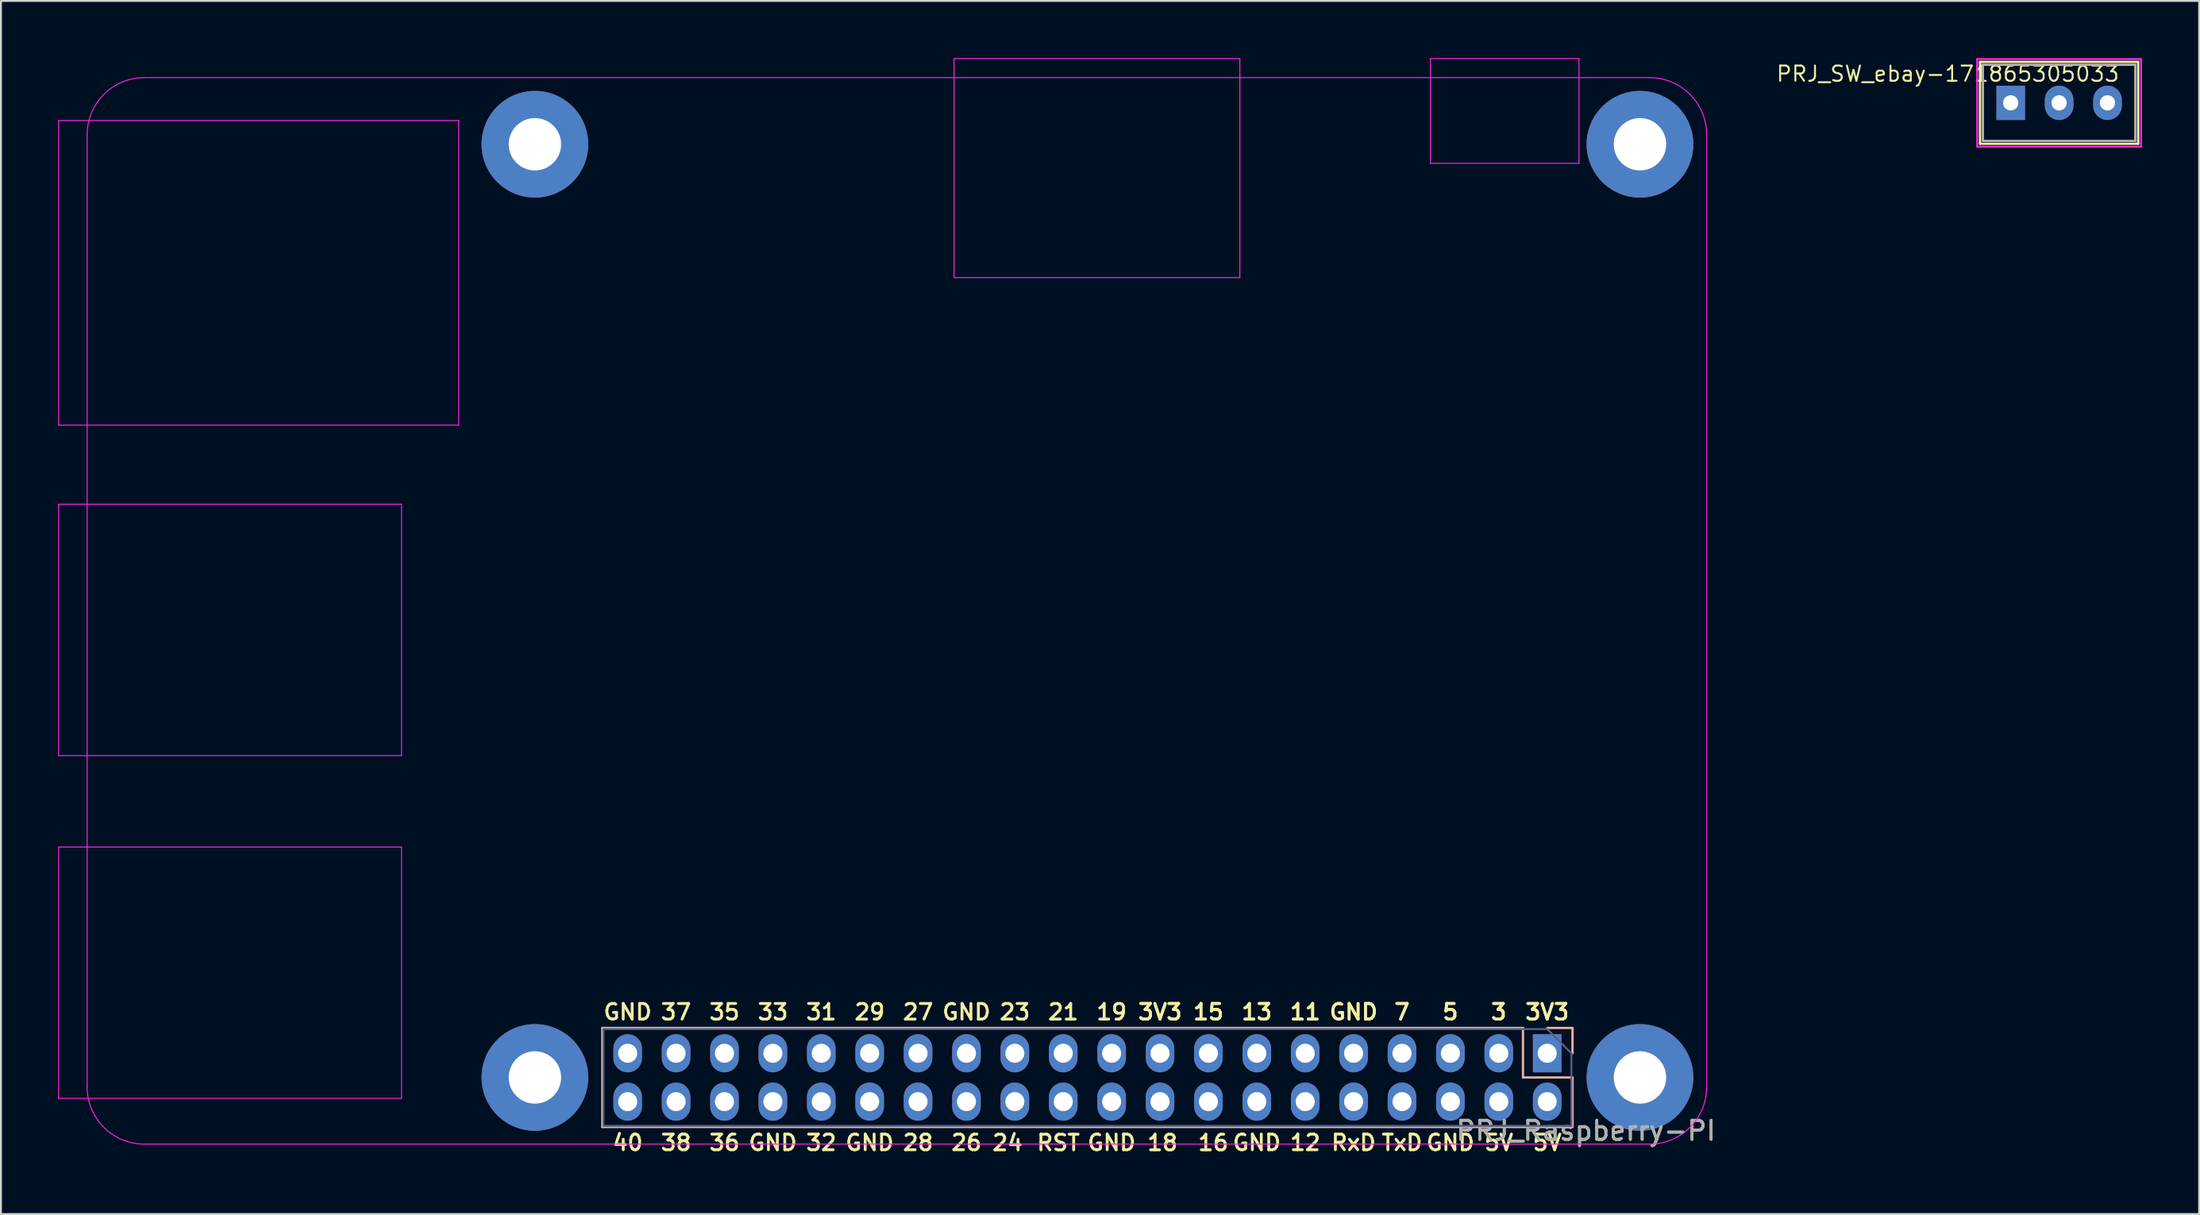
<source format=kicad_pcb>
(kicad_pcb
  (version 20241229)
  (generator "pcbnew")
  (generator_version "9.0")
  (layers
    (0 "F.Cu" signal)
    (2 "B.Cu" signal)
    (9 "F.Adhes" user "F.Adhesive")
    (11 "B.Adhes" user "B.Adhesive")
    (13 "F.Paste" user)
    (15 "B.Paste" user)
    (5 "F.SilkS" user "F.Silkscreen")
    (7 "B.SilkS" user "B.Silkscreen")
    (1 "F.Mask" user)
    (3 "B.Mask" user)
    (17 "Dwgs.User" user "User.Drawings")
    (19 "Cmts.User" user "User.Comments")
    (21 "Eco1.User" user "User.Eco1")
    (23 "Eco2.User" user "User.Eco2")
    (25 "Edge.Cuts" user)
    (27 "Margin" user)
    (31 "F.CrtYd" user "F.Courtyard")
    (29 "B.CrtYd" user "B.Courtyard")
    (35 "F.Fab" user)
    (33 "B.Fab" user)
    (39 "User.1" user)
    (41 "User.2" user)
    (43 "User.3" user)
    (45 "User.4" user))
  (footprint "PRJ_Raspberry-PI"
    (layer "F.Cu")
    (at 78.155 52.255)
    (property "Reference" "PRJ_Raspberry-PI" (at 2.032 4.064 0) (layer "F.SilkS") (effects (font (size 1 1) (thickness 0.15))))
    (attr through_hole)
    (fp_line (start -49.59 -1.33) (end -49.59 3.87) (stroke (width 0.12) (type solid)) (layer "B.SilkS"))
    (fp_line (start -1.27 -1.33) (end -49.59 -1.33) (stroke (width 0.12) (type solid)) (layer "B.SilkS"))
    (fp_line (start -1.27 -1.33) (end -1.27 1.27) (stroke (width 0.12) (type solid)) (layer "B.SilkS"))
    (fp_line (start -1.27 1.27) (end 1.33 1.27) (stroke (width 0.12) (type solid)) (layer "B.SilkS"))
    (fp_line (start 0 -1.33) (end 1.33 -1.33) (stroke (width 0.12) (type solid)) (layer "B.SilkS"))
    (fp_line (start 1.33 -1.33) (end 1.33 0) (stroke (width 0.12) (type solid)) (layer "B.SilkS"))
    (fp_line (start 1.33 1.27) (end 1.33 3.87) (stroke (width 0.12) (type solid)) (layer "B.SilkS"))
    (fp_line (start 1.33 3.87) (end -49.59 3.87) (stroke (width 0.12) (type solid)) (layer "B.SilkS"))
    (fp_line (start -78.13 -48.98) (end -78.13 -32.98) (stroke (width 0.05) (type solid)) (layer "F.CrtYd"))
    (fp_line (start -78.13 -32.98) (end -57.13 -32.98) (stroke (width 0.05) (type solid)) (layer "F.CrtYd"))
    (fp_line (start -78.13 -28.83) (end -78.13 -15.63) (stroke (width 0.05) (type solid)) (layer "F.CrtYd"))
    (fp_line (start -78.13 -10.83) (end -78.13 2.37) (stroke (width 0.05) (type solid)) (layer "F.CrtYd"))
    (fp_line (start -76.63 -48.23) (end -76.63 1.77) (stroke (width 0.05) (type solid)) (layer "F.CrtYd"))
    (fp_line (start -73.63 4.77) (end 5.37 4.77) (stroke (width 0.05) (type solid)) (layer "F.CrtYd"))
    (fp_line (start -60.13 -28.83) (end -78.13 -28.83) (stroke (width 0.05) (type solid)) (layer "F.CrtYd"))
    (fp_line (start -60.13 -28.83) (end -60.13 -15.63) (stroke (width 0.05) (type solid)) (layer "F.CrtYd"))
    (fp_line (start -60.13 -15.63) (end -78.13 -15.63) (stroke (width 0.05) (type solid)) (layer "F.CrtYd"))
    (fp_line (start -60.13 -10.83) (end -78.13 -10.83) (stroke (width 0.05) (type solid)) (layer "F.CrtYd"))
    (fp_line (start -60.13 -10.83) (end -60.13 2.37) (stroke (width 0.05) (type solid)) (layer "F.CrtYd"))
    (fp_line (start -60.13 2.37) (end -78.13 2.37) (stroke (width 0.05) (type solid)) (layer "F.CrtYd"))
    (fp_line (start -57.13 -48.98) (end -78.13 -48.98) (stroke (width 0.05) (type solid)) (layer "F.CrtYd"))
    (fp_line (start -57.13 -48.98) (end -57.13 -32.98) (stroke (width 0.05) (type solid)) (layer "F.CrtYd"))
    (fp_line (start -31.13 -52.23) (end -31.13 -40.73) (stroke (width 0.05) (type solid)) (layer "F.CrtYd"))
    (fp_line (start -16.13 -52.23) (end -31.13 -52.23) (stroke (width 0.05) (type solid)) (layer "F.CrtYd"))
    (fp_line (start -16.13 -52.23) (end -16.13 -40.73) (stroke (width 0.05) (type solid)) (layer "F.CrtYd"))
    (fp_line (start -16.13 -40.73) (end -31.13 -40.73) (stroke (width 0.05) (type solid)) (layer "F.CrtYd"))
    (fp_line (start -6.13 -52.23) (end -6.13 -46.73) (stroke (width 0.05) (type solid)) (layer "F.CrtYd"))
    (fp_line (start 1.67 -52.23) (end -6.13 -52.23) (stroke (width 0.05) (type solid)) (layer "F.CrtYd"))
    (fp_line (start 1.67 -52.23) (end 1.67 -46.73) (stroke (width 0.05) (type solid)) (layer "F.CrtYd"))
    (fp_line (start 1.67 -46.73) (end -6.13 -46.73) (stroke (width 0.05) (type solid)) (layer "F.CrtYd"))
    (fp_line (start 5.37 -51.23) (end -73.63 -51.23) (stroke (width 0.05) (type solid)) (layer "F.CrtYd"))
    (fp_line (start 8.37 1.77) (end 8.37 -48.23) (stroke (width 0.05) (type solid)) (layer "F.CrtYd"))
    (fp_arc (start -76.63 -48.23) (mid -75.75132 -50.35132) (end -73.63 -51.23) (stroke (width 0.05) (type solid)) (layer "F.CrtYd"))
    (fp_arc (start -73.63 4.77) (mid -75.75132 3.89132) (end -76.63 1.77) (stroke (width 0.05) (type solid)) (layer "F.CrtYd"))
    (fp_arc (start 5.37 -51.23) (mid 7.49132 -50.35132) (end 8.37 -48.23) (stroke (width 0.05) (type solid)) (layer "F.CrtYd"))
    (fp_arc (start 8.37 1.77) (mid 7.49132 3.89132) (end 5.37 4.77) (stroke (width 0.05) (type solid)) (layer "F.CrtYd"))
    (fp_line (start -49.53 -1.27) (end 0 -1.27) (stroke (width 0.1) (type solid)) (layer "B.Fab"))
    (fp_line (start -49.53 3.81) (end -49.53 -1.27) (stroke (width 0.1) (type solid)) (layer "B.Fab"))
    (fp_line (start 0 -1.27) (end 1.27 0) (stroke (width 0.1) (type solid)) (layer "B.Fab"))
    (fp_line (start 1.27 0) (end 1.27 3.81) (stroke (width 0.1) (type solid)) (layer "B.Fab"))
    (fp_line (start 1.27 3.81) (end -49.53 3.81) (stroke (width 0.1) (type solid)) (layer "B.Fab"))
    (fp_text user "21" (at -25.4 -2.166 0) (layer "F.SilkS") (effects (font (size 0.82 0.82) (thickness 0.15))))
    (fp_text user "5" (at -5.08 -2.166 0) (layer "F.SilkS") (effects (font (size 0.82 0.82) (thickness 0.15))))
    (fp_text user "RxD" (at -10.16 4.692 0) (layer "F.SilkS") (effects (font (size 0.82 0.82) (thickness 0.15))))
    (fp_text user "11" (at -12.7 -2.166 0) (layer "F.SilkS") (effects (font (size 0.82 0.82) (thickness 0.15))))
    (fp_text user "TxD" (at -7.62 4.692 0) (layer "F.SilkS") (effects (font (size 0.82 0.82) (thickness 0.15))))
    (fp_text user "3" (at -2.54 -2.166 0) (layer "F.SilkS") (effects (font (size 0.82 0.82) (thickness 0.15))))
    (fp_text user "3V3" (at 0 -2.166 0) (layer "F.SilkS") (effects (font (size 0.82 0.82) (thickness 0.15))))
    (fp_text user "36" (at -43.18 4.692 0) (layer "F.SilkS") (effects (font (size 0.82 0.82) (thickness 0.15))))
    (fp_text user "5" (at -5.08 -2.166 0) (layer "F.SilkS") (effects (font (size 0.82 0.82) (thickness 0.15))))
    (fp_text user "7" (at -7.62 -2.166 0) (layer "F.SilkS") (effects (font (size 0.82 0.82) (thickness 0.15))))
    (fp_text user "GND" (at -48.26 -2.166 0) (layer "F.SilkS") (effects (font (size 0.82 0.82) (thickness 0.15))))
    (fp_text user "26" (at -30.48 4.692 0) (layer "F.SilkS") (effects (font (size 0.82 0.82) (thickness 0.15))))
    (fp_text user "5V" (at -2.54 4.692 0) (layer "F.SilkS") (effects (font (size 0.82 0.82) (thickness 0.15))))
    (fp_text user "16" (at -17.526 4.699 0) (layer "F.SilkS") (effects (font (size 0.82 0.82) (thickness 0.15))))
    (fp_text user "GND" (at -15.24 4.692 0) (layer "F.SilkS") (effects (font (size 0.82 0.82) (thickness 0.15))))
    (fp_text user "37" (at -45.72 -2.166 0) (layer "F.SilkS") (effects (font (size 0.82 0.82) (thickness 0.15))))
    (fp_text user "27" (at -33.02 -2.166 0) (layer "F.SilkS") (effects (font (size 0.82 0.82) (thickness 0.15))))
    (fp_text user "29" (at -35.56 -2.166 0) (layer "F.SilkS") (effects (font (size 0.82 0.82) (thickness 0.15))))
    (fp_text user "33" (at -40.64 -2.166 0) (layer "F.SilkS") (effects (font (size 0.82 0.82) (thickness 0.15))))
    (fp_text user "23" (at -27.94 -2.166 0) (layer "F.SilkS") (effects (font (size 0.82 0.82) (thickness 0.15))))
    (fp_text user "GND" (at -30.48 -2.166 0) (layer "F.SilkS") (effects (font (size 0.82 0.82) (thickness 0.15))))
    (fp_text user "3V3" (at -20.32 -2.166 0) (layer "F.SilkS") (effects (font (size 0.82 0.82) (thickness 0.15))))
    (fp_text user "31" (at -38.1 -2.166 0) (layer "F.SilkS") (effects (font (size 0.82 0.82) (thickness 0.15))))
    (fp_text user "7" (at -7.62 -2.166 0) (layer "F.SilkS") (effects (font (size 0.82 0.82) (thickness 0.15))))
    (fp_text user "3" (at -2.54 -2.166 0) (layer "F.SilkS") (effects (font (size 0.82 0.82) (thickness 0.15))))
    (fp_text user "35" (at -43.18 -2.166 0) (layer "F.SilkS") (effects (font (size 0.82 0.82) (thickness 0.15))))
    (fp_text user "3V3" (at -20.32 -2.166 0) (layer "F.SilkS") (effects (font (size 0.82 0.82) (thickness 0.15))))
    (fp_text user "38" (at -45.72 4.692 0) (layer "F.SilkS") (effects (font (size 0.82 0.82) (thickness 0.15))))
    (fp_text user "GND" (at -35.56 4.692 0) (layer "F.SilkS") (effects (font (size 0.82 0.82) (thickness 0.15))))
    (fp_text user "GND" (at -10.16 -2.166 0) (layer "F.SilkS") (effects (font (size 0.82 0.82) (thickness 0.15))))
    (fp_text user "18" (at -20.193 4.699 0) (layer "F.SilkS") (effects (font (size 0.82 0.82) (thickness 0.15))))
    (fp_text user "28" (at -33.02 4.692 0) (layer "F.SilkS") (effects (font (size 0.82 0.82) (thickness 0.15))))
    (fp_text user "5V" (at 0 4.692 0) (layer "F.SilkS") (effects (font (size 0.82 0.82) (thickness 0.15))))
    (fp_text user "RST" (at -25.654 4.699 0) (layer "F.SilkS") (effects (font (size 0.82 0.82) (thickness 0.15))))
    (fp_text user "3V3" (at 0 -2.166 0) (layer "F.SilkS") (effects (font (size 0.82 0.82) (thickness 0.15))))
    (fp_text user "GND" (at -5.08 4.692 0) (layer "F.SilkS") (effects (font (size 0.82 0.82) (thickness 0.15))))
    (fp_text user "15" (at -17.78 -2.166 0) (layer "F.SilkS") (effects (font (size 0.82 0.82) (thickness 0.15))))
    (fp_text user "13" (at -15.24 -2.166 0) (layer "F.SilkS") (effects (font (size 0.82 0.82) (thickness 0.15))))
    (fp_text user "GND" (at -22.86 4.692 0) (layer "F.SilkS") (effects (font (size 0.82 0.82) (thickness 0.15))))
    (fp_text user "11" (at -12.7 -2.166 0) (layer "F.SilkS") (effects (font (size 0.82 0.82) (thickness 0.15))))
    (fp_text user "13" (at -15.24 -2.166 0) (layer "F.SilkS") (effects (font (size 0.82 0.82) (thickness 0.15))))
    (fp_text user "15" (at -17.78 -2.166 0) (layer "F.SilkS") (effects (font (size 0.82 0.82) (thickness 0.15))))
    (fp_text user "GND" (at -10.16 -2.166 0) (layer "F.SilkS") (effects (font (size 0.82 0.82) (thickness 0.15))))
    (fp_text user "40" (at -48.26 4.692 0) (layer "F.SilkS") (effects (font (size 0.82 0.82) (thickness 0.15))))
    (fp_text user "32" (at -38.1 4.692 0) (layer "F.SilkS") (effects (font (size 0.82 0.82) (thickness 0.15))))
    (fp_text user "19" (at -22.86 -2.166 0) (layer "F.SilkS") (effects (font (size 0.82 0.82) (thickness 0.15))))
    (fp_text user "24" (at -28.321 4.699 0) (layer "F.SilkS") (effects (font (size 0.82 0.82) (thickness 0.15))))
    (fp_text user "12" (at -12.7 4.692 0) (layer "F.SilkS") (effects (font (size 0.82 0.82) (thickness 0.15))))
    (fp_text user "GND" (at -40.64 4.692 0) (layer "F.SilkS") (effects (font (size 0.82 0.82) (thickness 0.15))))
    (fp_text user "${REFERENCE}" (at 2.032 4.064 0) (layer "F.Fab") (effects (font (size 1 1) (thickness 0.15))))
    (pad "" np_thru_hole circle (at -53.13 -47.73) (size 5.6 5.6) (drill 2.75) (layers "*.Cu" "*.Mask"))
    (pad "" np_thru_hole circle (at -53.13 1.27) (size 5.6 5.6) (drill 2.75) (layers "*.Cu" "*.Mask"))
    (pad "" np_thru_hole circle (at 4.87 -47.73) (size 5.6 5.6) (drill 2.75) (layers "*.Cu" "*.Mask"))
    (pad "" np_thru_hole circle (at 4.87 1.27) (size 5.6 5.6) (drill 2.75) (layers "*.Cu" "*.Mask"))
    (pad "1" thru_hole rect (at 0 0) (size 1.5 2) (drill 1) (layers "*.Cu" "*.Mask"))
    (pad "2" thru_hole oval (at 0 2.54) (size 1.5 2) (drill 1) (layers "*.Cu" "*.Mask"))
    (pad "3" thru_hole oval (at -2.54 0) (size 1.5 2) (drill 1) (layers "*.Cu" "*.Mask"))
    (pad "4" thru_hole oval (at -2.54 2.54) (size 1.5 2) (drill 1) (layers "*.Cu" "*.Mask"))
    (pad "5" thru_hole oval (at -5.08 0) (size 1.5 2) (drill 1) (layers "*.Cu" "*.Mask"))
    (pad "6" thru_hole oval (at -5.08 2.54) (size 1.5 2) (drill 1) (layers "*.Cu" "*.Mask"))
    (pad "7" thru_hole oval (at -7.62 0) (size 1.5 2) (drill 1) (layers "*.Cu" "*.Mask"))
    (pad "8" thru_hole oval (at -7.62 2.54) (size 1.5 2) (drill 1) (layers "*.Cu" "*.Mask"))
    (pad "9" thru_hole oval (at -10.16 0) (size 1.5 2) (drill 1) (layers "*.Cu" "*.Mask"))
    (pad "10" thru_hole oval (at -10.16 2.54) (size 1.5 2) (drill 1) (layers "*.Cu" "*.Mask"))
    (pad "11" thru_hole oval (at -12.7 0) (size 1.5 2) (drill 1) (layers "*.Cu" "*.Mask"))
    (pad "12" thru_hole oval (at -12.7 2.54) (size 1.5 2) (drill 1) (layers "*.Cu" "*.Mask"))
    (pad "13" thru_hole oval (at -15.24 0) (size 1.5 2) (drill 1) (layers "*.Cu" "*.Mask"))
    (pad "14" thru_hole oval (at -15.24 2.54) (size 1.5 2) (drill 1) (layers "*.Cu" "*.Mask"))
    (pad "15" thru_hole oval (at -17.78 0) (size 1.5 2) (drill 1) (layers "*.Cu" "*.Mask"))
    (pad "16" thru_hole oval (at -17.78 2.54) (size 1.5 2) (drill 1) (layers "*.Cu" "*.Mask"))
    (pad "17" thru_hole oval (at -20.32 0) (size 1.5 2) (drill 1) (layers "*.Cu" "*.Mask"))
    (pad "18" thru_hole oval (at -20.32 2.54) (size 1.5 2) (drill 1) (layers "*.Cu" "*.Mask"))
    (pad "19" thru_hole oval (at -22.86 0) (size 1.5 2) (drill 1) (layers "*.Cu" "*.Mask"))
    (pad "20" thru_hole oval (at -22.86 2.54) (size 1.5 2) (drill 1) (layers "*.Cu" "*.Mask"))
    (pad "21" thru_hole oval (at -25.4 0) (size 1.5 2) (drill 1) (layers "*.Cu" "*.Mask"))
    (pad "22" thru_hole oval (at -25.4 2.54) (size 1.5 2) (drill 1) (layers "*.Cu" "*.Mask"))
    (pad "23" thru_hole oval (at -27.94 0) (size 1.5 2) (drill 1) (layers "*.Cu" "*.Mask"))
    (pad "24" thru_hole oval (at -27.94 2.54) (size 1.5 2) (drill 1) (layers "*.Cu" "*.Mask"))
    (pad "25" thru_hole oval (at -30.48 0) (size 1.5 2) (drill 1) (layers "*.Cu" "*.Mask"))
    (pad "26" thru_hole oval (at -30.48 2.54) (size 1.5 2) (drill 1) (layers "*.Cu" "*.Mask"))
    (pad "27" thru_hole oval (at -33.02 0) (size 1.5 2) (drill 1) (layers "*.Cu" "*.Mask"))
    (pad "28" thru_hole oval (at -33.02 2.54) (size 1.5 2) (drill 1) (layers "*.Cu" "*.Mask"))
    (pad "29" thru_hole oval (at -35.56 0) (size 1.5 2) (drill 1) (layers "*.Cu" "*.Mask"))
    (pad "30" thru_hole oval (at -35.56 2.54) (size 1.5 2) (drill 1) (layers "*.Cu" "*.Mask"))
    (pad "31" thru_hole oval (at -38.1 0) (size 1.5 2) (drill 1) (layers "*.Cu" "*.Mask"))
    (pad "32" thru_hole oval (at -38.1 2.54) (size 1.5 2) (drill 1) (layers "*.Cu" "*.Mask"))
    (pad "33" thru_hole oval (at -40.64 0) (size 1.5 2) (drill 1) (layers "*.Cu" "*.Mask"))
    (pad "34" thru_hole oval (at -40.64 2.54) (size 1.5 2) (drill 1) (layers "*.Cu" "*.Mask"))
    (pad "35" thru_hole oval (at -43.18 0) (size 1.5 2) (drill 1) (layers "*.Cu" "*.Mask"))
    (pad "36" thru_hole oval (at -43.18 2.54) (size 1.5 2) (drill 1) (layers "*.Cu" "*.Mask"))
    (pad "37" thru_hole oval (at -45.72 0) (size 1.5 2) (drill 1) (layers "*.Cu" "*.Mask"))
    (pad "38" thru_hole oval (at -45.72 2.54) (size 1.5 2) (drill 1) (layers "*.Cu" "*.Mask"))
    (pad "39" thru_hole oval (at -48.26 0) (size 1.5 2) (drill 1) (layers "*.Cu" "*.Mask"))
    (pad "40" thru_hole oval (at -48.26 2.54) (size 1.5 2) (drill 1) (layers "*.Cu" "*.Mask")))
  (footprint "PRJ_SW_ebay-171865305033"
    (layer "F.Cu")
    (at 105.024 2.35)
    (property "Reference" "PRJ_SW_ebay-171865305033" (at -5.842 -1.524 0) (layer "F.SilkS") (effects (font (size 0.8 0.8) (thickness 0.1))))
    (attr through_hole)
    (fp_line (start -4.15 -2.15) (end 4.15 -2.15) (stroke (width 0.12) (type solid)) (layer "F.SilkS"))
    (fp_line (start -4.15 2.15) (end -4.15 -2.15) (stroke (width 0.12) (type solid)) (layer "F.SilkS"))
    (fp_line (start 4.15 -2.15) (end 4.15 2.15) (stroke (width 0.12) (type solid)) (layer "F.SilkS"))
    (fp_line (start 4.15 2.15) (end -4.15 2.15) (stroke (width 0.12) (type solid)) (layer "F.SilkS"))
    (fp_line (start -4.3 -2.3) (end 4.3 -2.3) (stroke (width 0.1) (type solid)) (layer "F.CrtYd"))
    (fp_line (start -4.3 2.3) (end -4.3 -2.3) (stroke (width 0.1) (type solid)) (layer "F.CrtYd"))
    (fp_line (start 4.3 -2.3) (end 4.3 2.3) (stroke (width 0.1) (type solid)) (layer "F.CrtYd"))
    (fp_line (start 4.3 2.3) (end -4.3 2.3) (stroke (width 0.1) (type solid)) (layer "F.CrtYd"))
    (fp_line (start -4 -2) (end 4 -2) (stroke (width 0.12) (type solid)) (layer "F.Fab"))
    (fp_line (start -4 2) (end -4 -2) (stroke (width 0.12) (type solid)) (layer "F.Fab"))
    (fp_line (start 4 -2) (end 4 2) (stroke (width 0.12) (type solid)) (layer "F.Fab"))
    (fp_line (start 4 2) (end -4 2) (stroke (width 0.12) (type solid)) (layer "F.Fab"))
    (pad "1" thru_hole rect (at -2.54 0) (size 1.5 1.8) (drill 0.8) (layers "*.Cu" "*.Mask"))
    (pad "2" thru_hole oval (at 0 0) (size 1.5 1.8) (drill 0.8) (layers "*.Cu" "*.Mask"))
    (pad "3" thru_hole oval (at 2.54 0) (size 1.5 1.8) (drill 0.8) (layers "*.Cu" "*.Mask")))
  (gr_rect
    (start -3 -3)
    (end 112.374 60.697)
    (stroke (width 0.1) (type default))
    (fill no)
    (layer "Edge.Cuts")))
</source>
